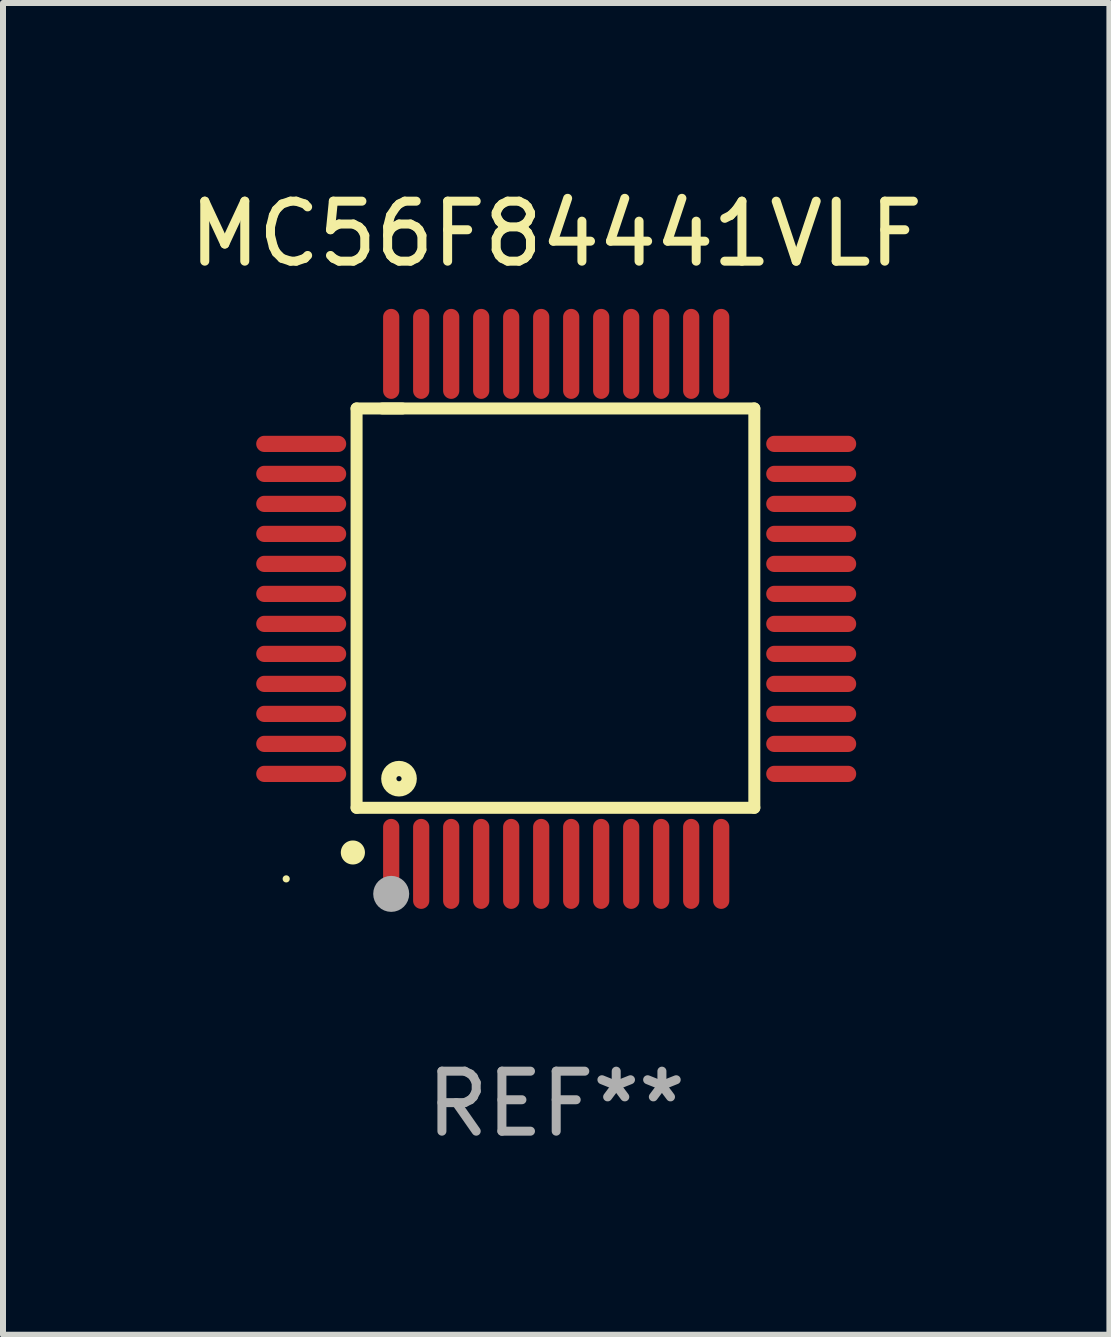
<source format=kicad_pcb>
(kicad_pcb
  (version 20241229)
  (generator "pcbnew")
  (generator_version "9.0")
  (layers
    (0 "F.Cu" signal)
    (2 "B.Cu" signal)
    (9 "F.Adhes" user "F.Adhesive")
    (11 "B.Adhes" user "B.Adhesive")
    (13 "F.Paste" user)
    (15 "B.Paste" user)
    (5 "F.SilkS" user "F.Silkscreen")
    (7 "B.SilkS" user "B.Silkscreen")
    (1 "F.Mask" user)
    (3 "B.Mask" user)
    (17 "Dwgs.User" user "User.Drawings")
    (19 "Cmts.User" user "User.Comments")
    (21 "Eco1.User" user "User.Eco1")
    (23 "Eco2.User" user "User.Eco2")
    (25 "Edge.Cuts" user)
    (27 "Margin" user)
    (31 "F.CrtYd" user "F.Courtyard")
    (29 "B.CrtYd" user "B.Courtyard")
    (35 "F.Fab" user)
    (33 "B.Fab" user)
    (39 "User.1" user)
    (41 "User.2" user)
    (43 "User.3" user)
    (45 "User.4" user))
  (footprint "MC56F84441VLF"
    (layer "F.Cu")
    (at 6.22 7.098)
    (property "Reference" "MC56F84441VLF" (at 0 -6.25 0) (layer "F.SilkS") (effects (font (size 1 1) (thickness 0.15))))
    (attr through_hole)
    (fp_line (start -3.327 -3.34) (end -2.565 -3.34) (stroke (width 0.2) (type solid)) (layer "F.SilkS"))
    (fp_line (start -3.327 3.315) (end -3.327 -3.34) (stroke (width 0.2) (type solid)) (layer "F.SilkS"))
    (fp_line (start -2.896 -3.34) (end 3.302 -3.34) (stroke (width 0.2) (type solid)) (layer "F.SilkS"))
    (fp_line (start 3.302 -3.34) (end 3.302 3.315) (stroke (width 0.2) (type solid)) (layer "F.SilkS"))
    (fp_line (start 3.302 3.315) (end -3.327 3.315) (stroke (width 0.2) (type solid)) (layer "F.SilkS"))
    (fp_arc (start -3.389992 4.059995) (mid -3.388722 4.059991) (end -3.387452 4.059995) (stroke (width 0.4) (type solid)) (layer "F.SilkS"))
    (fp_circle (center -4.5 4.5) (end -4.47 4.5) (stroke (width 0.06) (type solid)) (fill no) (layer "F.SilkS"))
    (fp_circle (center -2.62 2.83) (end -2.45 2.83) (stroke (width 0.254) (type solid)) (fill no) (layer "F.SilkS"))
    (fp_circle (center -2.75 4.75) (end -2.6 4.75) (stroke (width 0.3) (type solid)) (fill no) (layer "F.Fab"))
    (fp_text user "REF**" (at 0 8.25 0) (layer "F.Fab") (effects (font (size 1 1) (thickness 0.15))))
    (pad "1" smd oval (at -2.75 4.25) (size 0.27 1.5) (layers "F.Cu" "F.Mask" "F.Paste"))
    (pad "2" smd oval (at -2.25 4.25) (size 0.27 1.5) (layers "F.Cu" "F.Mask" "F.Paste"))
    (pad "3" smd oval (at -1.75 4.25) (size 0.27 1.5) (layers "F.Cu" "F.Mask" "F.Paste"))
    (pad "4" smd oval (at -1.25 4.25) (size 0.27 1.5) (layers "F.Cu" "F.Mask" "F.Paste"))
    (pad "5" smd oval (at -0.75 4.25) (size 0.27 1.5) (layers "F.Cu" "F.Mask" "F.Paste"))
    (pad "6" smd oval (at -0.25 4.25) (size 0.27 1.5) (layers "F.Cu" "F.Mask" "F.Paste"))
    (pad "7" smd oval (at 0.25 4.25) (size 0.27 1.5) (layers "F.Cu" "F.Mask" "F.Paste"))
    (pad "8" smd oval (at 0.75 4.25) (size 0.27 1.5) (layers "F.Cu" "F.Mask" "F.Paste"))
    (pad "9" smd oval (at 1.25 4.25) (size 0.27 1.5) (layers "F.Cu" "F.Mask" "F.Paste"))
    (pad "10" smd oval (at 1.75 4.25) (size 0.27 1.5) (layers "F.Cu" "F.Mask" "F.Paste"))
    (pad "11" smd oval (at 2.25 4.25) (size 0.27 1.5) (layers "F.Cu" "F.Mask" "F.Paste"))
    (pad "12" smd oval (at 2.75 4.25) (size 0.27 1.5) (layers "F.Cu" "F.Mask" "F.Paste"))
    (pad "13" smd oval (at 4.25 2.75) (size 1.5 0.27) (layers "F.Cu" "F.Mask" "F.Paste"))
    (pad "14" smd oval (at 4.25 2.25) (size 1.5 0.27) (layers "F.Cu" "F.Mask" "F.Paste"))
    (pad "15" smd oval (at 4.25 1.75) (size 1.5 0.27) (layers "F.Cu" "F.Mask" "F.Paste"))
    (pad "16" smd oval (at 4.25 1.25) (size 1.5 0.27) (layers "F.Cu" "F.Mask" "F.Paste"))
    (pad "17" smd oval (at 4.25 0.75) (size 1.5 0.27) (layers "F.Cu" "F.Mask" "F.Paste"))
    (pad "18" smd oval (at 4.25 0.25) (size 1.5 0.27) (layers "F.Cu" "F.Mask" "F.Paste"))
    (pad "19" smd oval (at 4.25 -0.25) (size 1.5 0.27) (layers "F.Cu" "F.Mask" "F.Paste"))
    (pad "20" smd oval (at 4.25 -0.75) (size 1.5 0.27) (layers "F.Cu" "F.Mask" "F.Paste"))
    (pad "21" smd oval (at 4.25 -1.25) (size 1.5 0.27) (layers "F.Cu" "F.Mask" "F.Paste"))
    (pad "22" smd oval (at 4.25 -1.75) (size 1.5 0.27) (layers "F.Cu" "F.Mask" "F.Paste"))
    (pad "23" smd oval (at 4.25 -2.25) (size 1.5 0.27) (layers "F.Cu" "F.Mask" "F.Paste"))
    (pad "24" smd oval (at 4.25 -2.75) (size 1.5 0.27) (layers "F.Cu" "F.Mask" "F.Paste"))
    (pad "25" smd oval (at 2.75 -4.25) (size 0.27 1.5) (layers "F.Cu" "F.Mask" "F.Paste"))
    (pad "26" smd oval (at 2.25 -4.25) (size 0.27 1.5) (layers "F.Cu" "F.Mask" "F.Paste"))
    (pad "27" smd oval (at 1.75 -4.25) (size 0.27 1.5) (layers "F.Cu" "F.Mask" "F.Paste"))
    (pad "28" smd oval (at 1.25 -4.25) (size 0.27 1.5) (layers "F.Cu" "F.Mask" "F.Paste"))
    (pad "29" smd oval (at 0.75 -4.25) (size 0.27 1.5) (layers "F.Cu" "F.Mask" "F.Paste"))
    (pad "30" smd oval (at 0.25 -4.25) (size 0.27 1.5) (layers "F.Cu" "F.Mask" "F.Paste"))
    (pad "31" smd oval (at -0.25 -4.25) (size 0.27 1.5) (layers "F.Cu" "F.Mask" "F.Paste"))
    (pad "32" smd oval (at -0.75 -4.25) (size 0.27 1.5) (layers "F.Cu" "F.Mask" "F.Paste"))
    (pad "33" smd oval (at -1.25 -4.25) (size 0.27 1.5) (layers "F.Cu" "F.Mask" "F.Paste"))
    (pad "34" smd oval (at -1.75 -4.25) (size 0.27 1.5) (layers "F.Cu" "F.Mask" "F.Paste"))
    (pad "35" smd oval (at -2.25 -4.25) (size 0.27 1.5) (layers "F.Cu" "F.Mask" "F.Paste"))
    (pad "36" smd oval (at -2.75 -4.25) (size 0.27 1.5) (layers "F.Cu" "F.Mask" "F.Paste"))
    (pad "37" smd oval (at -4.25 -2.75) (size 1.5 0.27) (layers "F.Cu" "F.Mask" "F.Paste"))
    (pad "38" smd oval (at -4.25 -2.25) (size 1.5 0.27) (layers "F.Cu" "F.Mask" "F.Paste"))
    (pad "39" smd oval (at -4.25 -1.75) (size 1.5 0.27) (layers "F.Cu" "F.Mask" "F.Paste"))
    (pad "40" smd oval (at -4.25 -1.25) (size 1.5 0.27) (layers "F.Cu" "F.Mask" "F.Paste"))
    (pad "41" smd oval (at -4.25 -0.75) (size 1.5 0.27) (layers "F.Cu" "F.Mask" "F.Paste"))
    (pad "42" smd oval (at -4.25 -0.25) (size 1.5 0.27) (layers "F.Cu" "F.Mask" "F.Paste"))
    (pad "43" smd oval (at -4.25 0.25) (size 1.5 0.27) (layers "F.Cu" "F.Mask" "F.Paste"))
    (pad "44" smd oval (at -4.25 0.75) (size 1.5 0.27) (layers "F.Cu" "F.Mask" "F.Paste"))
    (pad "45" smd oval (at -4.25 1.25) (size 1.5 0.27) (layers "F.Cu" "F.Mask" "F.Paste"))
    (pad "46" smd oval (at -4.25 1.75) (size 1.5 0.27) (layers "F.Cu" "F.Mask" "F.Paste"))
    (pad "47" smd oval (at -4.25 2.25) (size 1.5 0.27) (layers "F.Cu" "F.Mask" "F.Paste"))
    (pad "48" smd oval (at -4.25 2.75) (size 1.5 0.27) (layers "F.Cu" "F.Mask" "F.Paste")))
  (gr_rect
    (start -3 -3)
    (end 15.44 19.196)
    (stroke (width 0.1) (type default))
    (fill no)
    (layer "Edge.Cuts")))
</source>
